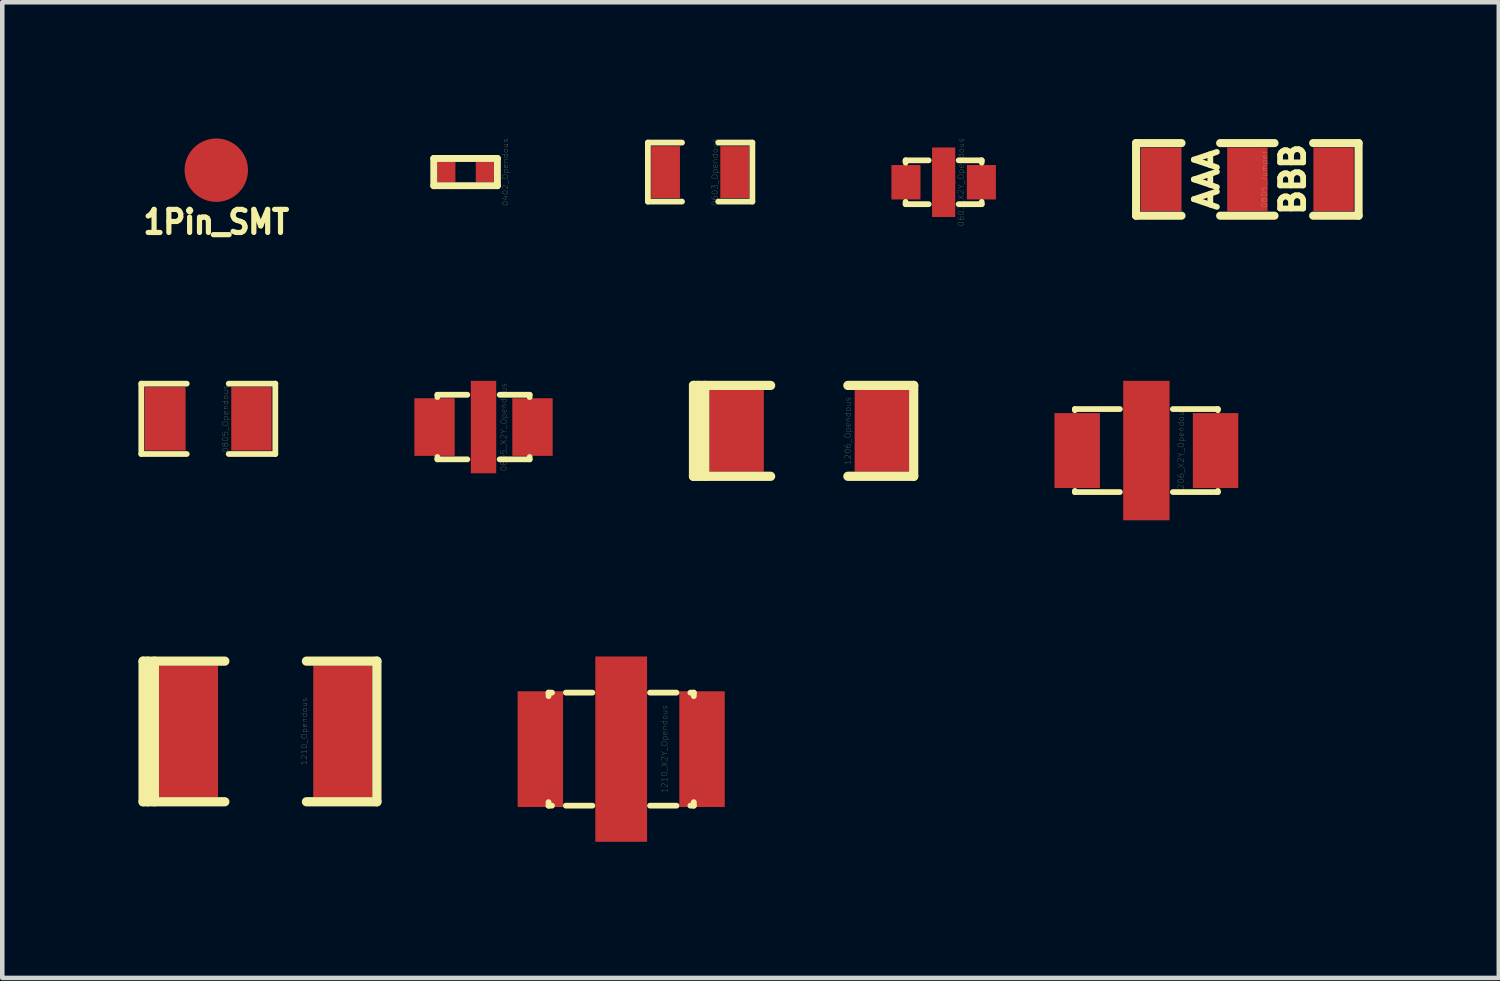
<source format=kicad_pcb>
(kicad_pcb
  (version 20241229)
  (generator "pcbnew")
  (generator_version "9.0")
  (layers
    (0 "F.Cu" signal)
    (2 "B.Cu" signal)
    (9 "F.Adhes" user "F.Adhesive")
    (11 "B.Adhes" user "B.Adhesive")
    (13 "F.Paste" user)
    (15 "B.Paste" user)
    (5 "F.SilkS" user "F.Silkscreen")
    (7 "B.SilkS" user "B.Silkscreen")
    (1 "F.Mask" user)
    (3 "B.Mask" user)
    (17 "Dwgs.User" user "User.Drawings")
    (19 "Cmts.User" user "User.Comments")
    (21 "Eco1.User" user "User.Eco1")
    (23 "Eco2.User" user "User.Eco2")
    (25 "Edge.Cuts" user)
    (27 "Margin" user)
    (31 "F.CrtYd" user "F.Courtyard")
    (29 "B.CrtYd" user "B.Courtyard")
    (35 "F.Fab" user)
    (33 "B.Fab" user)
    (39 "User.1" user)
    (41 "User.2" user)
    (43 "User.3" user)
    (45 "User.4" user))
  (footprint "0603_X2Y_Opendous"
    (layer "F.Cu")
    (at 17.739 0.965)
    (property "Reference" "0603_X2Y_Opendous" (at 0.381 0 90) (layer "F.SilkS") (effects (font (size 0.127 0.127) (thickness 0.003))))
    (attr through_hole)
    (fp_line (start -0.838 -0.483) (end -0.33 -0.483) (stroke (width 0.127) (type solid)) (layer "F.SilkS"))
    (fp_line (start -0.838 -0.457) (end -0.838 -0.483) (stroke (width 0.127) (type solid)) (layer "F.SilkS"))
    (fp_line (start -0.838 -0.457) (end -0.838 -0.432) (stroke (width 0.127) (type solid)) (layer "F.SilkS"))
    (fp_line (start -0.838 0.483) (end -0.838 0.432) (stroke (width 0.127) (type solid)) (layer "F.SilkS"))
    (fp_line (start -0.838 0.483) (end -0.33 0.483) (stroke (width 0.127) (type solid)) (layer "F.SilkS"))
    (fp_line (start 0.838 -0.483) (end 0.33 -0.483) (stroke (width 0.127) (type solid)) (layer "F.SilkS"))
    (fp_line (start 0.838 -0.483) (end 0.838 -0.432) (stroke (width 0.127) (type solid)) (layer "F.SilkS"))
    (fp_line (start 0.838 0.483) (end 0.33 0.483) (stroke (width 0.127) (type solid)) (layer "F.SilkS"))
    (fp_line (start 0.838 0.483) (end 0.838 0.432) (stroke (width 0.127) (type solid)) (layer "F.SilkS"))
    (pad "1" smd rect (at -0.831 0) (size 0.64 0.759) (layers "F.Cu" "F.Mask" "F.Paste"))
    (pad "2" smd rect (at 0.831 0) (size 0.64 0.759) (layers "F.Cu" "F.Mask" "F.Paste"))
    (pad "3" smd rect (at 0 -0.366) (size 0.511 0.8) (layers "F.Cu" "F.Mask" "F.Paste"))
    (pad "4" smd rect (at 0 0.366) (size 0.511 0.8) (layers "F.Cu" "F.Mask" "F.Paste")))
  (footprint "0603_Opendous"
    (layer "F.Cu")
    (at 12.374 0.741)
    (property "Reference" "0603_Opendous" (at 0.325 0 90) (layer "F.SilkS") (effects (font (size 0.127 0.127) (thickness 0.003))))
    (attr smd)
    (fp_line (start -1.151 -0.65) (end -1.151 0.65) (stroke (width 0.127) (type solid)) (layer "F.SilkS"))
    (fp_line (start -1.151 0.65) (end -0.399 0.65) (stroke (width 0.127) (type solid)) (layer "F.SilkS"))
    (fp_line (start -0.399 -0.65) (end -1.151 -0.65) (stroke (width 0.127) (type solid)) (layer "F.SilkS"))
    (fp_line (start 1.151 -0.65) (end 0.399 -0.65) (stroke (width 0.127) (type solid)) (layer "F.SilkS"))
    (fp_line (start 1.151 -0.65) (end 1.151 0.65) (stroke (width 0.127) (type solid)) (layer "F.SilkS"))
    (fp_line (start 1.151 0.65) (end 0.399 0.65) (stroke (width 0.127) (type solid)) (layer "F.SilkS"))
    (pad "1" smd rect (at -0.762 0) (size 0.635 1.143) (layers "F.Cu" "F.Mask" "F.Paste"))
    (pad "2" smd rect (at 0.762 0) (size 0.635 1.143) (layers "F.Cu" "F.Mask" "F.Paste")))
  (footprint "1206_X2Y_Opendous"
    (layer "F.Cu")
    (at 22.205 6.876)
    (property "Reference" "1206_X2Y_Opendous" (at 0.762 0 90) (layer "F.SilkS") (effects (font (size 0.127 0.127) (thickness 0.003))))
    (attr through_hole)
    (fp_line (start -1.575 -0.914) (end -1.575 -0.889) (stroke (width 0.127) (type solid)) (layer "F.SilkS"))
    (fp_line (start -1.575 -0.914) (end -0.584 -0.914) (stroke (width 0.127) (type solid)) (layer "F.SilkS"))
    (fp_line (start -1.575 0.914) (end -1.575 0.889) (stroke (width 0.127) (type solid)) (layer "F.SilkS"))
    (fp_line (start -1.575 0.914) (end -0.584 0.914) (stroke (width 0.127) (type solid)) (layer "F.SilkS"))
    (fp_line (start 1.575 -0.914) (end 0.584 -0.914) (stroke (width 0.127) (type solid)) (layer "F.SilkS"))
    (fp_line (start 1.575 -0.914) (end 1.575 -0.889) (stroke (width 0.127) (type solid)) (layer "F.SilkS"))
    (fp_line (start 1.575 0.914) (end 0.584 0.914) (stroke (width 0.127) (type solid)) (layer "F.SilkS"))
    (fp_line (start 1.575 0.914) (end 1.575 0.889) (stroke (width 0.127) (type solid)) (layer "F.SilkS"))
    (pad "1" smd rect (at -1.524 0) (size 1.001 1.651) (layers "F.Cu" "F.Mask" "F.Paste"))
    (pad "2" smd rect (at 1.524 0) (size 1.001 1.651) (layers "F.Cu" "F.Mask" "F.Paste"))
    (pad "3" smd rect (at 0 -0.762) (size 1.021 1.549) (layers "F.Cu" "F.Mask" "F.Paste"))
    (pad "4" smd rect (at 0 0.762) (size 1.021 1.549) (layers "F.Cu" "F.Mask" "F.Paste")))
  (footprint "1210_X2Y_Opendous"
    (layer "F.Cu")
    (at 10.635 13.454)
    (property "Reference" "1210_X2Y_Opendous" (at 0.953 0 90) (layer "F.SilkS") (effects (font (size 0.127 0.127) (thickness 0.003))))
    (attr through_hole)
    (fp_line (start -1.6 -1.245) (end -1.6 -1.168) (stroke (width 0.127) (type solid)) (layer "F.SilkS"))
    (fp_line (start -1.6 -1.245) (end -1.524 -1.245) (stroke (width 0.127) (type solid)) (layer "F.SilkS"))
    (fp_line (start -1.6 1.245) (end -1.6 1.168) (stroke (width 0.127) (type solid)) (layer "F.SilkS"))
    (fp_line (start -1.6 1.245) (end -1.524 1.245) (stroke (width 0.127) (type solid)) (layer "F.SilkS"))
    (fp_line (start -1.219 -1.245) (end -0.635 -1.245) (stroke (width 0.127) (type solid)) (layer "F.SilkS"))
    (fp_line (start -1.219 1.245) (end -0.635 1.245) (stroke (width 0.127) (type solid)) (layer "F.SilkS"))
    (fp_line (start 1.219 -1.245) (end 0.635 -1.245) (stroke (width 0.127) (type solid)) (layer "F.SilkS"))
    (fp_line (start 1.219 1.245) (end 0.635 1.245) (stroke (width 0.127) (type solid)) (layer "F.SilkS"))
    (fp_line (start 1.6 -1.245) (end 1.524 -1.245) (stroke (width 0.127) (type solid)) (layer "F.SilkS"))
    (fp_line (start 1.6 -1.245) (end 1.6 -1.168) (stroke (width 0.127) (type solid)) (layer "F.SilkS"))
    (fp_line (start 1.6 1.245) (end 1.524 1.245) (stroke (width 0.127) (type solid)) (layer "F.SilkS"))
    (fp_line (start 1.6 1.245) (end 1.6 1.168) (stroke (width 0.127) (type solid)) (layer "F.SilkS"))
    (pad "1" smd rect (at -1.781 0) (size 1.001 2.55) (layers "F.Cu" "F.Mask" "F.Paste"))
    (pad "2" smd rect (at 1.781 0) (size 1.001 2.55) (layers "F.Cu" "F.Mask" "F.Paste"))
    (pad "3" smd rect (at 0 -1.016) (size 1.14 2.05) (layers "F.Cu" "F.Mask" "F.Paste"))
    (pad "4" smd rect (at 0 1.016) (size 1.14 2.05) (layers "F.Cu" "F.Mask" "F.Paste")))
  (footprint "0805_X2Y_Opendous"
    (layer "F.Cu")
    (at 7.602 6.358)
    (property "Reference" "0805_X2Y_Opendous" (at 0.445 0 90) (layer "F.SilkS") (effects (font (size 0.127 0.127) (thickness 0.003))))
    (attr through_hole)
    (fp_line (start -1.016 -0.711) (end -0.356 -0.711) (stroke (width 0.127) (type solid)) (layer "F.SilkS"))
    (fp_line (start -1.016 -0.66) (end -1.016 -0.711) (stroke (width 0.127) (type solid)) (layer "F.SilkS"))
    (fp_line (start -1.016 0.711) (end -1.016 0.66) (stroke (width 0.127) (type solid)) (layer "F.SilkS"))
    (fp_line (start -1.016 0.711) (end -0.356 0.711) (stroke (width 0.127) (type solid)) (layer "F.SilkS"))
    (fp_line (start 1.016 -0.711) (end 0.356 -0.711) (stroke (width 0.127) (type solid)) (layer "F.SilkS"))
    (fp_line (start 1.016 -0.66) (end 1.016 -0.711) (stroke (width 0.127) (type solid)) (layer "F.SilkS"))
    (fp_line (start 1.016 0.66) (end 1.016 0.711) (stroke (width 0.127) (type solid)) (layer "F.SilkS"))
    (fp_line (start 1.016 0.711) (end 0.356 0.711) (stroke (width 0.127) (type solid)) (layer "F.SilkS"))
    (pad "1" smd rect (at -1.079 0) (size 0.889 1.27) (layers "F.Cu" "F.Mask" "F.Paste"))
    (pad "2" smd rect (at 1.079 0) (size 0.889 1.27) (layers "F.Cu" "F.Mask" "F.Paste"))
    (pad "3" smd rect (at 0 -0.508) (size 0.559 1.021) (layers "F.Cu" "F.Mask" "F.Paste"))
    (pad "4" smd rect (at 0 0.508) (size 0.559 1.021) (layers "F.Cu" "F.Mask" "F.Paste")))
  (footprint "0402_Opendous"
    (layer "F.Cu")
    (at 7.207 0.741)
    (property "Reference" "0402_Opendous" (at 0.874 0 90) (layer "F.SilkS") (effects (font (size 0.127 0.127) (thickness 0.003))))
    (attr smd)
    (fp_line (start -0.701 -0.3) (end -0.701 0.3) (stroke (width 0.152) (type solid)) (layer "F.SilkS"))
    (fp_line (start -0.701 0.3) (end 0.701 0.3) (stroke (width 0.152) (type solid)) (layer "F.SilkS"))
    (fp_line (start 0.701 -0.3) (end -0.701 -0.3) (stroke (width 0.152) (type solid)) (layer "F.SilkS"))
    (fp_line (start 0.701 0.3) (end 0.701 -0.3) (stroke (width 0.152) (type solid)) (layer "F.SilkS"))
    (pad "1" smd rect (at -0.424 0) (size 0.399 0.45) (layers "F.Cu" "F.Mask" "F.Paste"))
    (pad "2" smd rect (at 0.424 0) (size 0.399 0.45) (layers "F.Cu" "F.Mask" "F.Paste")))
  (footprint "0805_Opendous"
    (layer "F.Cu")
    (at 1.539 6.177)
    (property "Reference" "0805_Opendous" (at 0.376 0 90) (layer "F.SilkS") (effects (font (size 0.127 0.127) (thickness 0.003))))
    (attr smd)
    (fp_line (start -1.476 -0.775) (end -1.476 0.775) (stroke (width 0.127) (type solid)) (layer "F.SilkS"))
    (fp_line (start -1.476 -0.775) (end -0.475 -0.775) (stroke (width 0.127) (type solid)) (layer "F.SilkS"))
    (fp_line (start -1.476 0.775) (end -0.475 0.775) (stroke (width 0.127) (type solid)) (layer "F.SilkS"))
    (fp_line (start 1.476 -0.775) (end 0.45 -0.775) (stroke (width 0.127) (type solid)) (layer "F.SilkS"))
    (fp_line (start 1.476 0.775) (end 0.45 0.775) (stroke (width 0.127) (type solid)) (layer "F.SilkS"))
    (fp_line (start 1.476 0.775) (end 1.476 -0.775) (stroke (width 0.127) (type solid)) (layer "F.SilkS"))
    (pad "1" smd rect (at -0.95 0) (size 0.899 1.4) (layers "F.Cu" "F.Mask" "F.Paste"))
    (pad "2" smd rect (at 0.95 0) (size 0.889 1.4) (layers "F.Cu" "F.Mask" "F.Paste")))
  (footprint "1210_Opendous"
    (layer "F.Cu")
    (at 2.802 13.064)
    (property "Reference" "1210_Opendous" (at 0.851 0 90) (layer "F.SilkS") (effects (font (size 0.127 0.127) (thickness 0.003))))
    (attr through_hole)
    (fp_line (start -2.7 -1.549) (end -2.7 1.549) (stroke (width 0.203) (type solid)) (layer "F.SilkS"))
    (fp_line (start -2.7 -1.549) (end -0.899 -1.549) (stroke (width 0.203) (type solid)) (layer "F.SilkS"))
    (fp_line (start -2.7 1.549) (end -0.899 1.549) (stroke (width 0.203) (type solid)) (layer "F.SilkS"))
    (fp_line (start -2.601 1.549) (end -2.601 -1.549) (stroke (width 0.203) (type solid)) (layer "F.SilkS"))
    (fp_line (start -2.451 -1.549) (end -2.451 1.549) (stroke (width 0.203) (type solid)) (layer "F.SilkS"))
    (fp_line (start 2.451 -1.549) (end 0.899 -1.549) (stroke (width 0.203) (type solid)) (layer "F.SilkS"))
    (fp_line (start 2.451 -1.549) (end 2.451 1.549) (stroke (width 0.203) (type solid)) (layer "F.SilkS"))
    (fp_line (start 2.451 1.549) (end 0.899 1.549) (stroke (width 0.203) (type solid)) (layer "F.SilkS"))
    (pad "1" smd rect (at -1.699 0) (size 1.3 2.901) (layers "F.Cu" "F.Mask" "F.Paste"))
    (pad "2" smd rect (at 1.699 0) (size 1.3 2.901) (layers "F.Cu" "F.Mask" "F.Paste")))
  (footprint "0805_Jumper"
    (layer "F.Cu")
    (at 24.429 0.902)
    (property "Reference" "0805_Jumper" (at 0.376 0 90) (layer "F.SilkS") (effects (font (size 0.127 0.127) (thickness 0.003))))
    (attr smd)
    (fp_line (start -2.451 -0.8) (end -2.451 0.8) (stroke (width 0.178) (type solid)) (layer "F.SilkS"))
    (fp_line (start -2.451 -0.8) (end -1.45 -0.8) (stroke (width 0.178) (type solid)) (layer "F.SilkS"))
    (fp_line (start -2.451 0.8) (end -1.45 0.8) (stroke (width 0.178) (type solid)) (layer "F.SilkS"))
    (fp_line (start 0.599 -0.8) (end -0.599 -0.8) (stroke (width 0.178) (type solid)) (layer "F.SilkS"))
    (fp_line (start 0.599 0.8) (end -0.599 0.8) (stroke (width 0.178) (type solid)) (layer "F.SilkS"))
    (fp_line (start 2.451 -0.8) (end 1.45 -0.8) (stroke (width 0.178) (type solid)) (layer "F.SilkS"))
    (fp_line (start 2.451 -0.8) (end 2.451 0.8) (stroke (width 0.178) (type solid)) (layer "F.SilkS"))
    (fp_line (start 2.451 0.8) (end 1.45 0.8) (stroke (width 0.178) (type solid)) (layer "F.SilkS"))
    (fp_text user "BBB" (at 1.001 0 90) (layer "F.SilkS") (effects (font (size 0.508 0.508) (thickness 0.127))))
    (fp_text user "AAA" (at -0.899 0 90) (layer "F.SilkS") (effects (font (size 0.508 0.508) (thickness 0.127))))
    (pad "1" smd rect (at -1.9 0) (size 0.899 1.4) (layers "F.Cu" "F.Mask" "F.Paste"))
    (pad "2" smd rect (at 0 0) (size 0.889 1.4) (layers "F.Cu" "F.Mask" "F.Paste"))
    (pad "3" smd rect (at 1.9 0) (size 0.889 1.4) (layers "F.Cu" "F.Mask" "F.Paste")))
  (footprint "1206_Opendous"
    (layer "F.Cu")
    (at 14.778 6.442)
    (property "Reference" "1206_Opendous" (at 0.851 0 90) (layer "F.SilkS") (effects (font (size 0.127 0.127) (thickness 0.003))))
    (attr through_hole)
    (fp_line (start -2.55 -1.001) (end -0.851 -1.001) (stroke (width 0.203) (type solid)) (layer "F.SilkS"))
    (fp_line (start -2.55 1.001) (end -2.55 -1.001) (stroke (width 0.203) (type solid)) (layer "F.SilkS"))
    (fp_line (start -2.55 1.001) (end -0.851 1.001) (stroke (width 0.203) (type solid)) (layer "F.SilkS"))
    (fp_line (start -2.451 -1.001) (end -2.451 1.001) (stroke (width 0.203) (type solid)) (layer "F.SilkS"))
    (fp_line (start -2.301 1.001) (end -2.301 -1.001) (stroke (width 0.203) (type solid)) (layer "F.SilkS"))
    (fp_line (start 2.301 -1.001) (end 0.851 -1.001) (stroke (width 0.203) (type solid)) (layer "F.SilkS"))
    (fp_line (start 2.301 1.001) (end 0.851 1.001) (stroke (width 0.203) (type solid)) (layer "F.SilkS"))
    (fp_line (start 2.301 1.001) (end 2.301 -1.001) (stroke (width 0.203) (type solid)) (layer "F.SilkS"))
    (pad "1" smd rect (at -1.6 0) (size 1.199 1.801) (layers "F.Cu" "F.Mask" "F.Paste"))
    (pad "2" smd rect (at 1.6 0) (size 1.199 1.801) (layers "F.Cu" "F.Mask" "F.Paste")))
  (footprint "1Pin_SMT"
    (layer "F.Cu")
    (at 1.715 0.699)
    (property "Reference" "1Pin_SMT" (at 0 1.143 0) (layer "F.SilkS") (effects (font (size 0.508 0.457) (thickness 0.203))))
    (attr through_hole)
    (pad "1" smd circle (at 0 0) (size 1.397 1.397) (layers "F.Cu" "F.Mask" "F.Paste")))
  (gr_rect
    (start -3 -3)
    (end 29.969 18.494)
    (stroke (width 0.1) (type default))
    (fill no)
    (layer "Edge.Cuts")))
</source>
